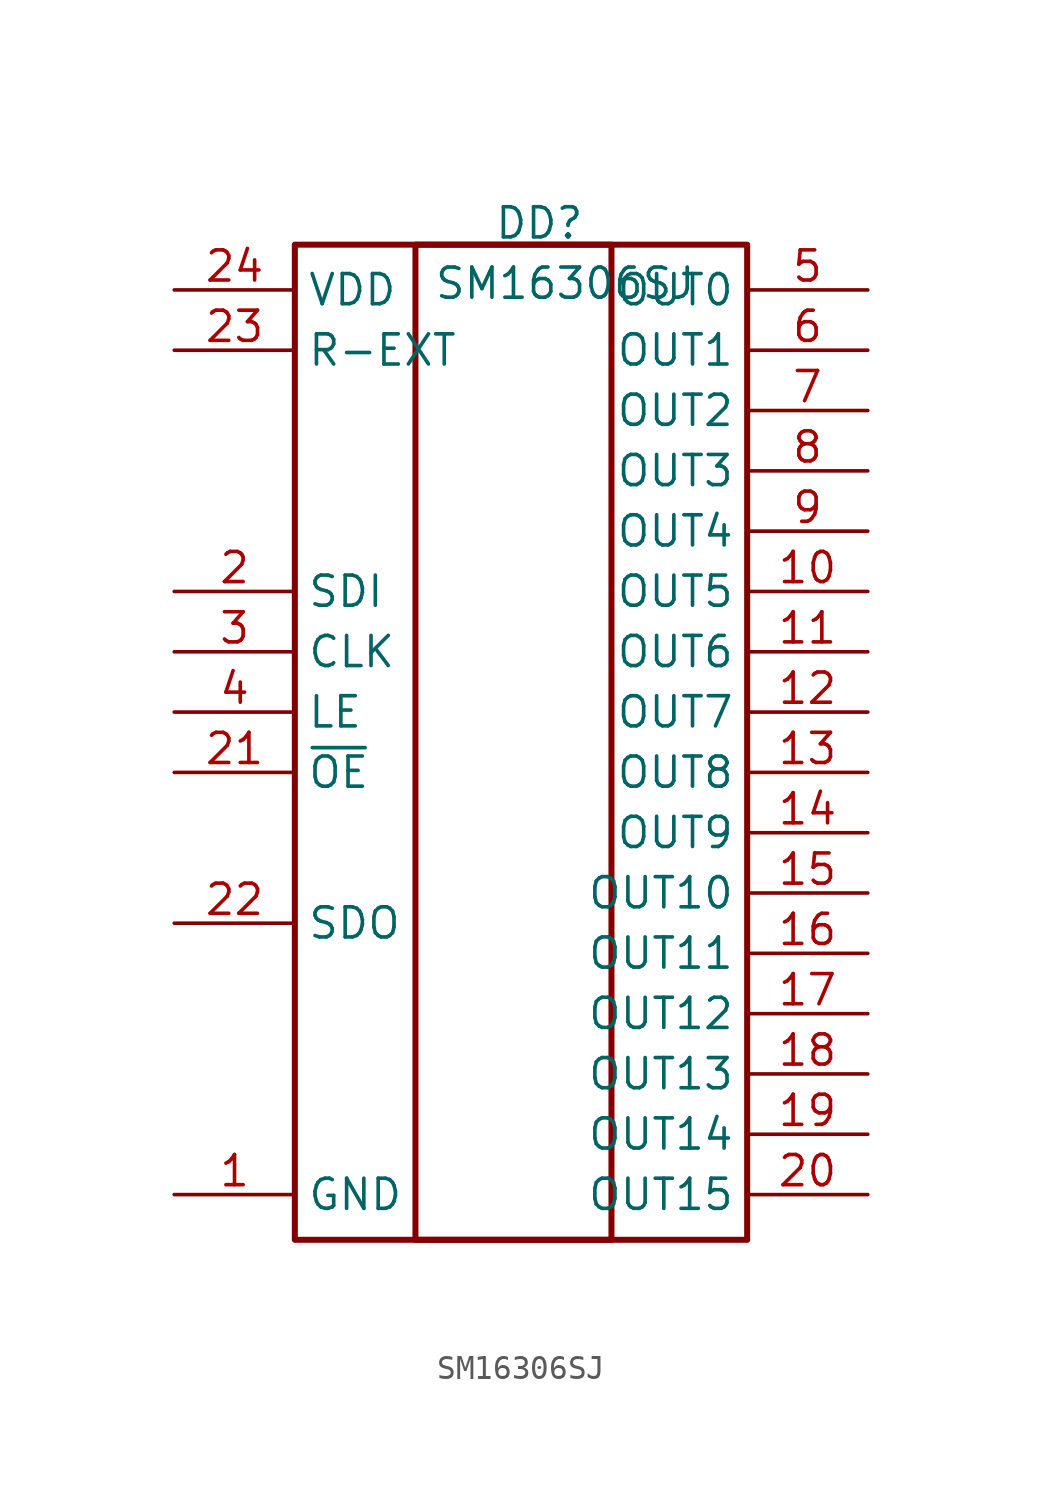
<source format=kicad_sym>
(kicad_symbol_lib
  (version 20241209)
  (generator "kicad_symbol_editor")
  (generator_version "9.0")
  (symbol "SM16306SJ"
    (property "Reference" "DD"
      (at 7.112 -7.874 0)
      (effects (font (size 1.27 1.27)) (justify left top)))
    (property "Value" "SM16306SJ"
      (at 4.572 -10.414 0)
      (effects (font (size 1.27 1.27)) (justify left top)))
    (symbol "SM16306SJ_1_1"
      (rectangle (start -1.27 -9.525) (end 17.78 -51.435) (stroke (width 0.254) (type default)) (fill (type none)))
      (rectangle (start 3.81 -9.525) (end 12.065 -51.435) (stroke (width 0.254) (type default)) (fill (type none)))
      (pin passive line (at -6.35 -11.43 0) (length 5.08) (name "VDD" (effects (font (size 1.27 1.27)))) (number "24" (effects (font (size 1.27 1.27)))))
      (pin passive line (at -6.35 -13.97 0) (length 5.08) (name "R-EXT" (effects (font (size 1.27 1.27)))) (number "23" (effects (font (size 1.27 1.27)))))
      (pin passive line (at -6.35 -24.13 0) (length 5.08) (name "SDI" (effects (font (size 1.27 1.27)))) (number "2" (effects (font (size 1.27 1.27)))))
      (pin passive line (at -6.35 -26.67 0) (length 5.08) (name "CLK" (effects (font (size 1.27 1.27)))) (number "3" (effects (font (size 1.27 1.27)))))
      (pin passive line (at -6.35 -29.21 0) (length 5.08) (name "LE" (effects (font (size 1.27 1.27)))) (number "4" (effects (font (size 1.27 1.27)))))
      (pin passive line (at -6.35 -31.75 0) (length 5.08) (name "~{OE}" (effects (font (size 1.27 1.27)))) (number "21" (effects (font (size 1.27 1.27)))))
      (pin passive line (at -6.35 -38.1 0) (length 5.08) (name "SDO" (effects (font (size 1.27 1.27)))) (number "22" (effects (font (size 1.27 1.27)))))
      (pin passive line (at -6.35 -49.53 0) (length 5.08) (name "GND" (effects (font (size 1.27 1.27)))) (number "1" (effects (font (size 1.27 1.27)))))
      (pin passive line (at 22.86 -11.43 180) (length 5.08) (name "OUT0" (effects (font (size 1.27 1.27)))) (number "5" (effects (font (size 1.27 1.27)))))
      (pin passive line (at 22.86 -13.97 180) (length 5.08) (name "OUT1" (effects (font (size 1.27 1.27)))) (number "6" (effects (font (size 1.27 1.27)))))
      (pin passive line (at 22.86 -16.51 180) (length 5.08) (name "OUT2" (effects (font (size 1.27 1.27)))) (number "7" (effects (font (size 1.27 1.27)))))
      (pin passive line (at 22.86 -19.05 180) (length 5.08) (name "OUT3" (effects (font (size 1.27 1.27)))) (number "8" (effects (font (size 1.27 1.27)))))
      (pin passive line (at 22.86 -21.59 180) (length 5.08) (name "OUT4" (effects (font (size 1.27 1.27)))) (number "9" (effects (font (size 1.27 1.27)))))
      (pin passive line (at 22.86 -24.13 180) (length 5.08) (name "OUT5" (effects (font (size 1.27 1.27)))) (number "10" (effects (font (size 1.27 1.27)))))
      (pin passive line (at 22.86 -26.67 180) (length 5.08) (name "OUT6" (effects (font (size 1.27 1.27)))) (number "11" (effects (font (size 1.27 1.27)))))
      (pin passive line (at 22.86 -29.21 180) (length 5.08) (name "OUT7" (effects (font (size 1.27 1.27)))) (number "12" (effects (font (size 1.27 1.27)))))
      (pin passive line (at 22.86 -31.75 180) (length 5.08) (name "OUT8" (effects (font (size 1.27 1.27)))) (number "13" (effects (font (size 1.27 1.27)))))
      (pin passive line (at 22.86 -34.29 180) (length 5.08) (name "OUT9" (effects (font (size 1.27 1.27)))) (number "14" (effects (font (size 1.27 1.27)))))
      (pin passive line (at 22.86 -36.83 180) (length 5.08) (name "OUT10" (effects (font (size 1.27 1.27)))) (number "15" (effects (font (size 1.27 1.27)))))
      (pin passive line (at 22.86 -39.37 180) (length 5.08) (name "OUT11" (effects (font (size 1.27 1.27)))) (number "16" (effects (font (size 1.27 1.27)))))
      (pin passive line (at 22.86 -41.91 180) (length 5.08) (name "OUT12" (effects (font (size 1.27 1.27)))) (number "17" (effects (font (size 1.27 1.27)))))
      (pin passive line (at 22.86 -44.45 180) (length 5.08) (name "OUT13" (effects (font (size 1.27 1.27)))) (number "18" (effects (font (size 1.27 1.27)))))
      (pin passive line (at 22.86 -46.99 180) (length 5.08) (name "OUT14" (effects (font (size 1.27 1.27)))) (number "19" (effects (font (size 1.27 1.27)))))
      (pin passive line (at 22.86 -49.53 180) (length 5.08) (name "OUT15" (effects (font (size 1.27 1.27)))) (number "20" (effects (font (size 1.27 1.27))))))))
</source>
